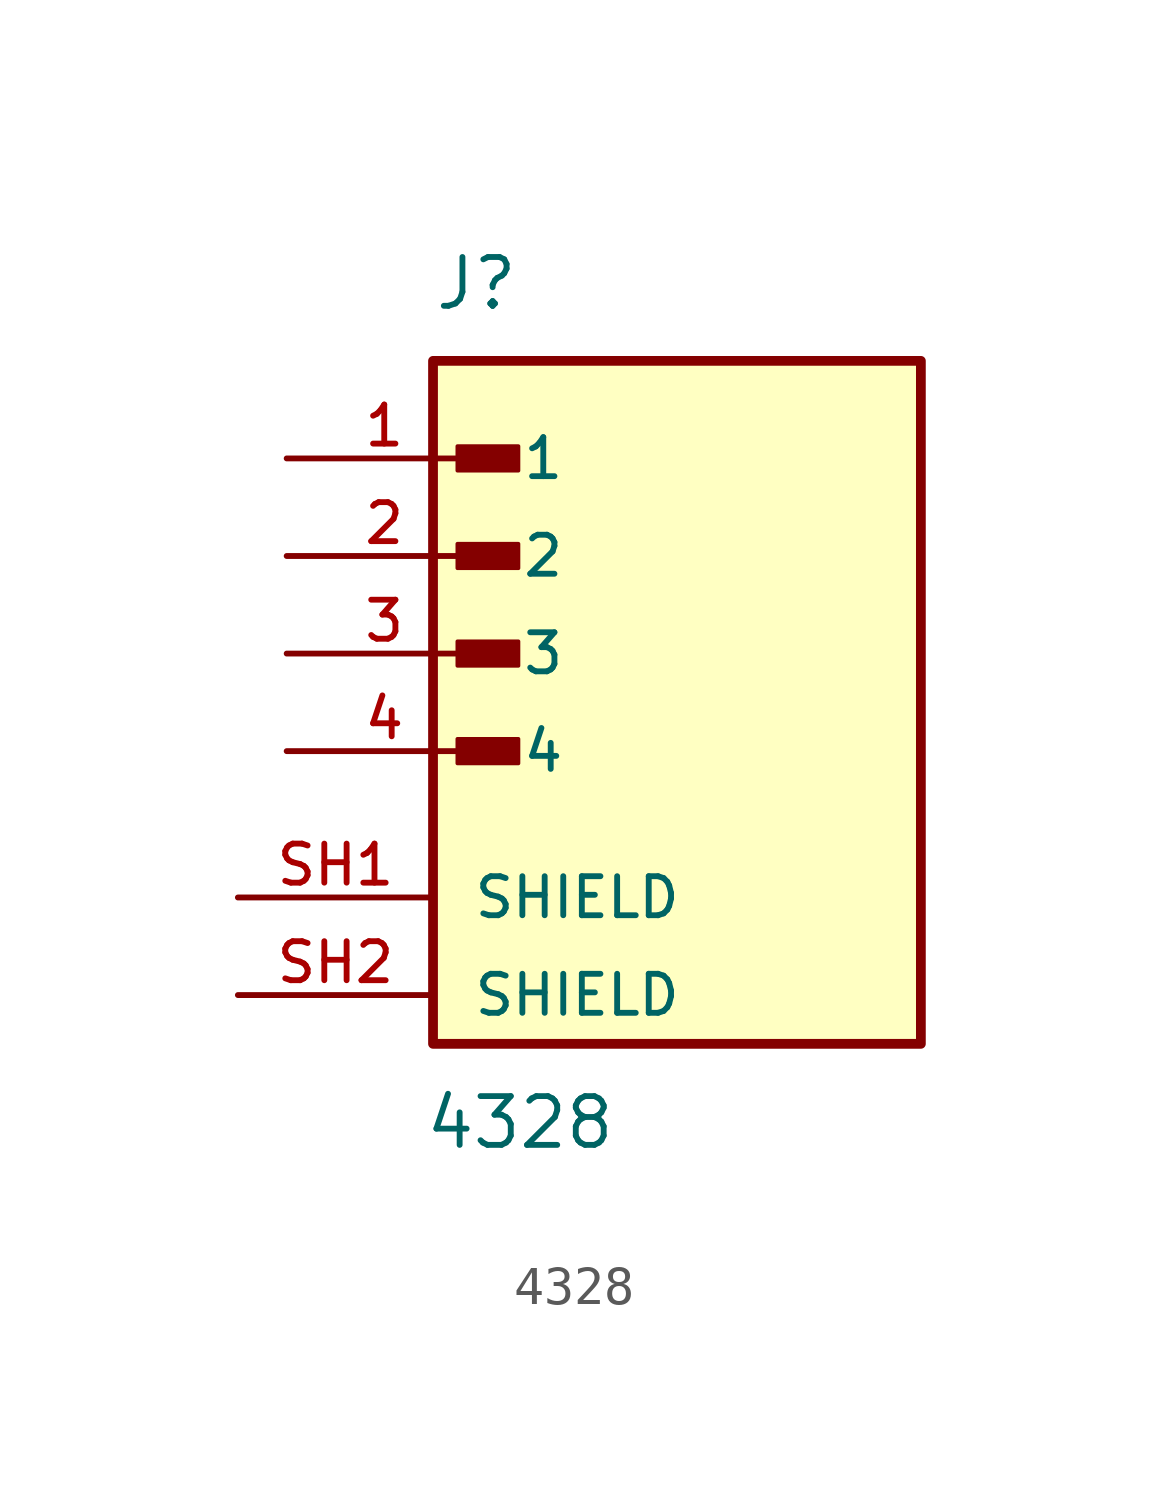
<source format=kicad_sym>
(kicad_symbol_lib
  (version 20231120)
  (generator "kicad_symbol_editor")
  (generator_version "8.0")
  (symbol "4328"
    (pin_names
      (offset 1.016))
    (property "Reference" "J"
      (at -6.35 11.43 0)
      (effects (font (size 1.27 1.27)) (justify left bottom)))
    (property "Value" "4328"
      (at -6.604 -10.414 0)
      (effects (font (size 1.27 1.27)) (justify left bottom)))
    (symbol "4328_0_0"
      (rectangle (start -6.35 -7.62) (end 6.35 10.16) (stroke (width 0.254) (type default)) (fill (type background)))
      (rectangle (start -5.715 -0.318) (end -4.128 0.318) (stroke (width 0.1) (type default)) (fill (type outline)))
      (rectangle (start -5.715 2.223) (end -4.128 2.857) (stroke (width 0.1) (type default)) (fill (type outline)))
      (rectangle (start -5.715 4.763) (end -4.128 5.397) (stroke (width 0.1) (type default)) (fill (type outline)))
      (rectangle (start -5.715 7.303) (end -4.128 7.938) (stroke (width 0.1) (type default)) (fill (type outline)))
      (pin passive line (at -10.16 7.62 0) (length 5.08) (name "1" (effects (font (size 1.016 1.016)))) (number "1" (effects (font (size 1.016 1.016)))))
      (pin passive line (at -10.16 5.08 0) (length 5.08) (name "2" (effects (font (size 1.016 1.016)))) (number "2" (effects (font (size 1.016 1.016)))))
      (pin passive line (at -10.16 2.54 0) (length 5.08) (name "3" (effects (font (size 1.016 1.016)))) (number "3" (effects (font (size 1.016 1.016)))))
      (pin passive line (at -10.16 0 0) (length 5.08) (name "4" (effects (font (size 1.016 1.016)))) (number "4" (effects (font (size 1.016 1.016)))))
      (pin passive line (at -11.43 -3.81 0) (length 5.08) (name "SHIELD" (effects (font (size 1.016 1.016)))) (number "SH1" (effects (font (size 1.016 1.016)))))
      (pin passive line (at -11.43 -6.35 0) (length 5.08) (name "SHIELD" (effects (font (size 1.016 1.016)))) (number "SH2" (effects (font (size 1.016 1.016))))))))
</source>
